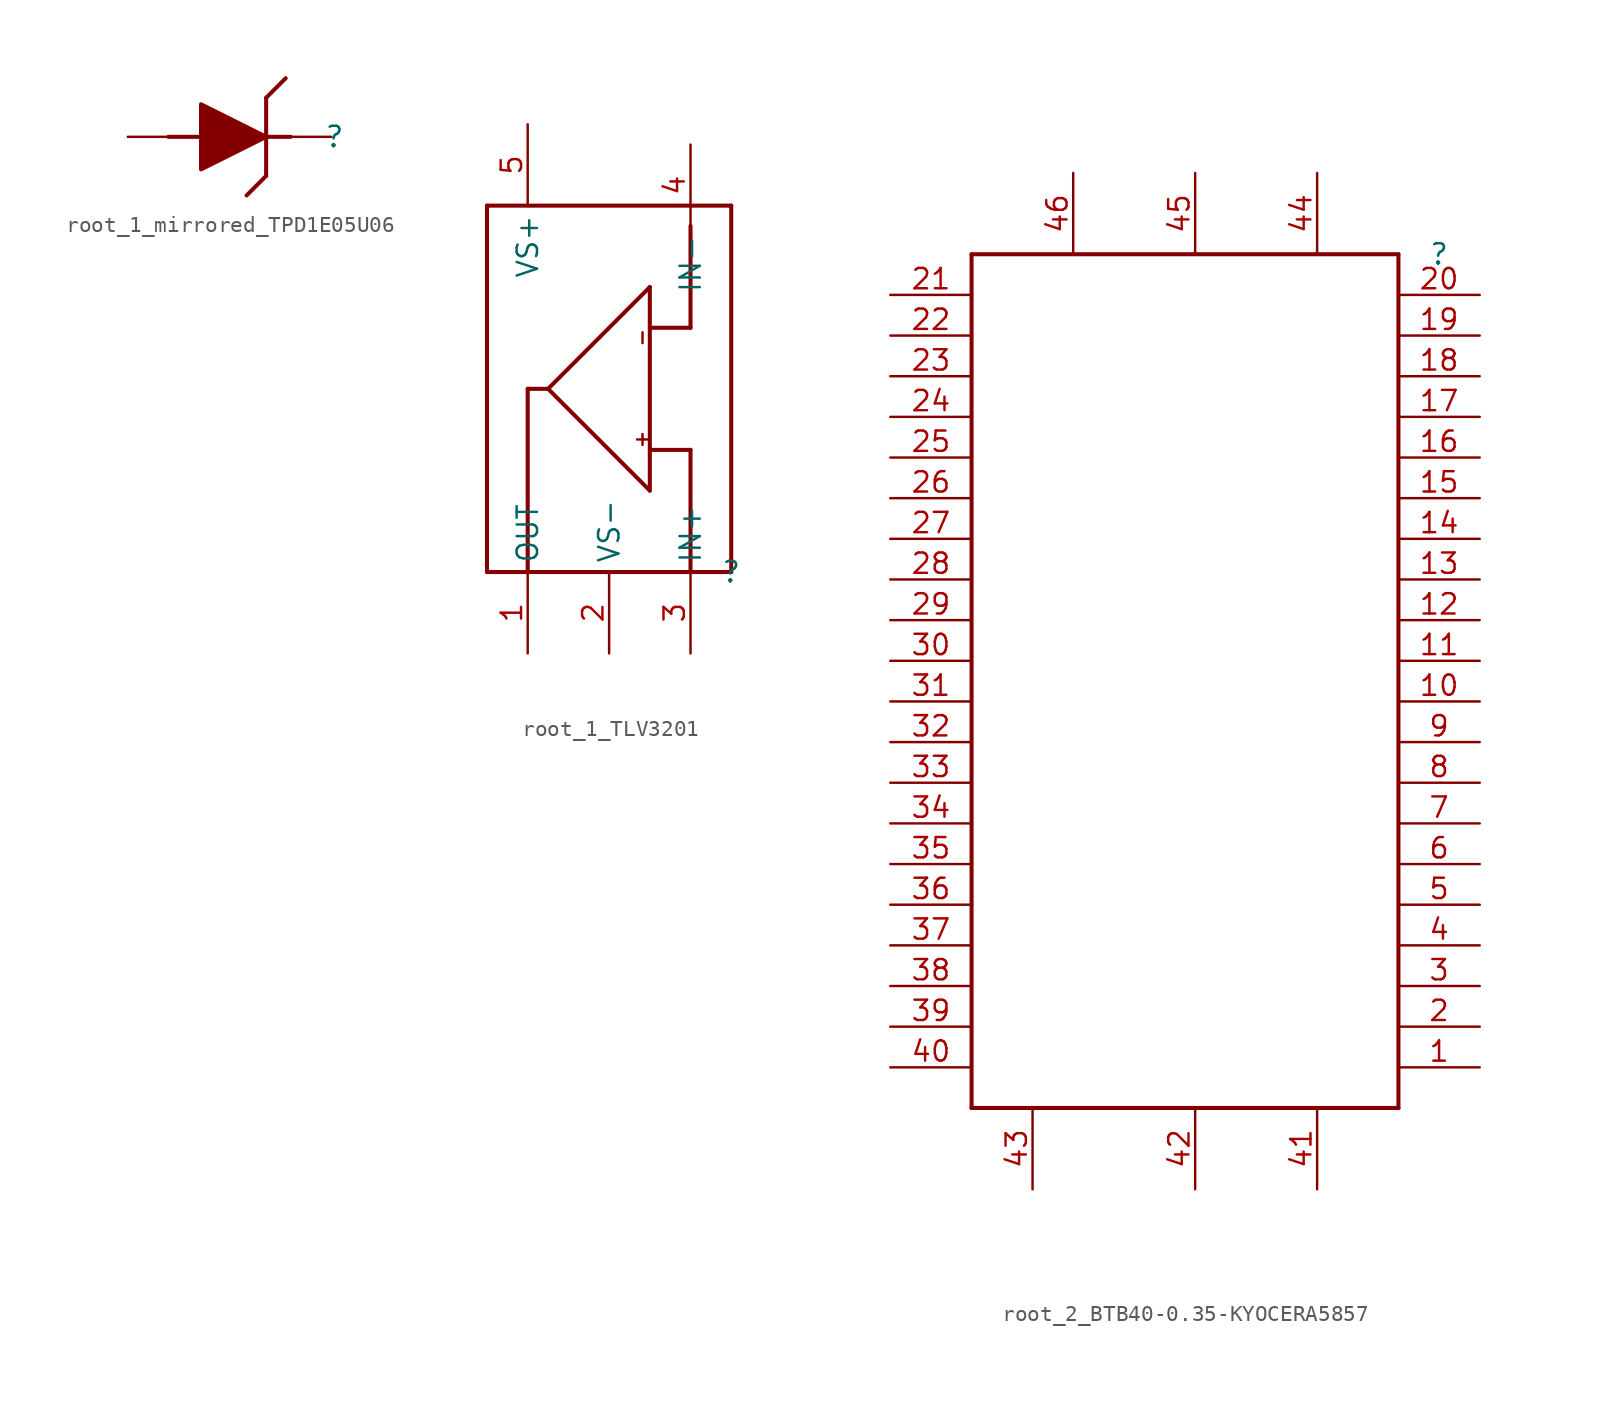
<source format=kicad_sym>
(kicad_symbol_lib
  (version 20220914)
  (generator kicad_symbol_editor)
  (symbol "root_1_mirrored_TPD1E05U06"
    (property "Reference" ""
      (at 0 0 0)
      (effects (font (size 1.27 1.27))))
    (property "Value" ""
      (at 0 0 0)
      (effects (font (size 1.27 1.27))))
    (symbol "root_1_mirrored_TPD1E05U06_1_0"
      (polyline (pts (xy -8.331 0) (xy -10.363 0)) (stroke (width 0.254) (type solid)) (fill (type none)))
      (polyline (pts (xy -4.267 -2.438) (xy -5.486 -3.658)) (stroke (width 0.254) (type solid)) (fill (type none)))
      (polyline (pts (xy -4.267 0) (xy -4.267 -2.438)) (stroke (width 0.254) (type solid)) (fill (type none)))
      (polyline (pts (xy -4.267 0) (xy -4.267 2.438)) (stroke (width 0.254) (type solid)) (fill (type none)))
      (polyline (pts (xy -4.267 2.438) (xy -3.048 3.658)) (stroke (width 0.254) (type solid)) (fill (type none)))
      (polyline (pts (xy -2.743 0) (xy -4.267 0)) (stroke (width 0.254) (type solid)) (fill (type none)))
      (polyline (pts (xy -8.331 -2.032) (xy -8.331 2.032) (xy -4.267 0) (xy -8.331 -2.032) (xy -8.331 -2.032)) (stroke (width 0.254) (type solid)) (fill (type outline)))
      (pin passive line (at -0.203 0 180) (length 2.54) (name "1" (effects (font (size 0 0)))) (number "1" (effects (font (size 0 0)))))
      (pin passive line (at -12.903 0 0) (length 2.54) (name "2" (effects (font (size 0 0)))) (number "2" (effects (font (size 0 0)))))))
  (symbol "root_1_TLV3201"
    (property "Reference" ""
      (at 0 0 0)
      (effects (font (size 1.27 1.27))))
    (property "Value" ""
      (at 0 0 0)
      (effects (font (size 1.27 1.27))))
    (symbol "root_1_TLV3201_1_0"
      (polyline (pts (xy -15.24 0) (xy -15.24 22.86)) (stroke (width 0.254) (type solid)) (fill (type none)))
      (polyline (pts (xy -15.24 22.86) (xy 0 22.86)) (stroke (width 0.254) (type solid)) (fill (type none)))
      (polyline (pts (xy -12.7 11.43) (xy -12.7 0)) (stroke (width 0.254) (type solid)) (fill (type none)))
      (polyline (pts (xy -11.43 11.43) (xy -12.7 11.43)) (stroke (width 0.254) (type solid)) (fill (type none)))
      (polyline (pts (xy -11.43 11.43) (xy -5.08 5.08)) (stroke (width 0.254) (type solid)) (fill (type none)))
      (polyline (pts (xy -5.08 5.08) (xy -5.08 17.78)) (stroke (width 0.254) (type solid)) (fill (type none)))
      (polyline (pts (xy -5.08 17.78) (xy -11.43 11.43)) (stroke (width 0.254) (type solid)) (fill (type none)))
      (polyline (pts (xy -2.54 0) (xy -2.54 7.62)) (stroke (width 0.254) (type solid)) (fill (type none)))
      (polyline (pts (xy -2.54 7.62) (xy -5.08 7.62)) (stroke (width 0.254) (type solid)) (fill (type none)))
      (polyline (pts (xy -2.54 15.24) (xy -5.08 15.24)) (stroke (width 0.254) (type solid)) (fill (type none)))
      (polyline (pts (xy -2.54 21.59) (xy -2.54 15.24)) (stroke (width 0.254) (type solid)) (fill (type none)))
      (polyline (pts (xy 0 0) (xy -15.24 0)) (stroke (width 0.254) (type solid)) (fill (type none)))
      (polyline (pts (xy 0 22.86) (xy 0 0)) (stroke (width 0.254) (type solid)) (fill (type none)))
      (text "+" (at -5.08 7.62 900) (effects (font (size 0.889 0.889)) (justify left bottom)))
      (text "-" (at -5.08 13.97 900) (effects (font (size 0.889 0.889)) (justify left bottom)))
      (pin passive line (at -12.7 -5.08 90) (length 5.08) (name "OUT" (effects (font (size 1.27 1.27)))) (number "1" (effects (font (size 1.27 1.27)))))
      (pin passive line (at -7.62 -5.08 90) (length 5.08) (name "VS-" (effects (font (size 1.27 1.27)))) (number "2" (effects (font (size 1.27 1.27)))))
      (pin passive line (at -2.54 -5.08 90) (length 5.08) (name "IN+" (effects (font (size 1.27 1.27)))) (number "3" (effects (font (size 1.27 1.27)))))
      (pin passive line (at -2.54 26.67 270) (length 5.08) (name "IN-" (effects (font (size 1.27 1.27)))) (number "4" (effects (font (size 1.27 1.27)))))
      (pin passive line (at -12.7 27.94 270) (length 5.08) (name "VS+" (effects (font (size 1.27 1.27)))) (number "5" (effects (font (size 1.27 1.27)))))))
  (symbol "root_2_BTB40-0.35-KYOCERA5857"
    (property "Reference" ""
      (at 0 0 0)
      (effects (font (size 1.27 1.27))))
    (property "Value" ""
      (at 0 0 0)
      (effects (font (size 1.27 1.27))))
    (symbol "root_2_BTB40-0.35-KYOCERA5857_1_0"
      (polyline (pts (xy -29.21 -53.34) (xy -2.54 -53.34)) (stroke (width 0.254) (type solid)) (fill (type none)))
      (polyline (pts (xy -29.21 0) (xy -29.21 -53.34)) (stroke (width 0.254) (type solid)) (fill (type none)))
      (polyline (pts (xy -2.54 -53.34) (xy -2.54 0)) (stroke (width 0.254) (type solid)) (fill (type none)))
      (polyline (pts (xy -2.54 0) (xy -29.21 0)) (stroke (width 0.254) (type solid)) (fill (type none)))
      (pin passive line (at 2.54 -50.8 180) (length 5.08) (name "1" (effects (font (size 0 0)))) (number "1" (effects (font (size 1.27 1.27)))))
      (pin passive line (at 2.54 -27.94 180) (length 5.08) (name "10" (effects (font (size 0 0)))) (number "10" (effects (font (size 1.27 1.27)))))
      (pin passive line (at 2.54 -25.4 180) (length 5.08) (name "11" (effects (font (size 0 0)))) (number "11" (effects (font (size 1.27 1.27)))))
      (pin passive line (at 2.54 -22.86 180) (length 5.08) (name "12" (effects (font (size 0 0)))) (number "12" (effects (font (size 1.27 1.27)))))
      (pin passive line (at 2.54 -20.32 180) (length 5.08) (name "13" (effects (font (size 0 0)))) (number "13" (effects (font (size 1.27 1.27)))))
      (pin passive line (at 2.54 -17.78 180) (length 5.08) (name "14" (effects (font (size 0 0)))) (number "14" (effects (font (size 1.27 1.27)))))
      (pin passive line (at 2.54 -15.24 180) (length 5.08) (name "15" (effects (font (size 0 0)))) (number "15" (effects (font (size 1.27 1.27)))))
      (pin passive line (at 2.54 -12.7 180) (length 5.08) (name "16" (effects (font (size 0 0)))) (number "16" (effects (font (size 1.27 1.27)))))
      (pin passive line (at 2.54 -10.16 180) (length 5.08) (name "17" (effects (font (size 0 0)))) (number "17" (effects (font (size 1.27 1.27)))))
      (pin passive line (at 2.54 -7.62 180) (length 5.08) (name "18" (effects (font (size 0 0)))) (number "18" (effects (font (size 1.27 1.27)))))
      (pin passive line (at 2.54 -5.08 180) (length 5.08) (name "19" (effects (font (size 0 0)))) (number "19" (effects (font (size 1.27 1.27)))))
      (pin passive line (at 2.54 -48.26 180) (length 5.08) (name "2" (effects (font (size 0 0)))) (number "2" (effects (font (size 1.27 1.27)))))
      (pin passive line (at 2.54 -2.54 180) (length 5.08) (name "20" (effects (font (size 0 0)))) (number "20" (effects (font (size 1.27 1.27)))))
      (pin passive line (at -34.29 -2.54 0) (length 5.08) (name "21" (effects (font (size 0 0)))) (number "21" (effects (font (size 1.27 1.27)))))
      (pin passive line (at -34.29 -5.08 0) (length 5.08) (name "22" (effects (font (size 0 0)))) (number "22" (effects (font (size 1.27 1.27)))))
      (pin passive line (at -34.29 -7.62 0) (length 5.08) (name "23" (effects (font (size 0 0)))) (number "23" (effects (font (size 1.27 1.27)))))
      (pin passive line (at -34.29 -10.16 0) (length 5.08) (name "24" (effects (font (size 0 0)))) (number "24" (effects (font (size 1.27 1.27)))))
      (pin passive line (at -34.29 -12.7 0) (length 5.08) (name "25" (effects (font (size 0 0)))) (number "25" (effects (font (size 1.27 1.27)))))
      (pin passive line (at -34.29 -15.24 0) (length 5.08) (name "26" (effects (font (size 0 0)))) (number "26" (effects (font (size 1.27 1.27)))))
      (pin passive line (at -34.29 -17.78 0) (length 5.08) (name "27" (effects (font (size 0 0)))) (number "27" (effects (font (size 1.27 1.27)))))
      (pin passive line (at -34.29 -20.32 0) (length 5.08) (name "28" (effects (font (size 0 0)))) (number "28" (effects (font (size 1.27 1.27)))))
      (pin passive line (at -34.29 -22.86 0) (length 5.08) (name "29" (effects (font (size 0 0)))) (number "29" (effects (font (size 1.27 1.27)))))
      (pin passive line (at 2.54 -45.72 180) (length 5.08) (name "3" (effects (font (size 0 0)))) (number "3" (effects (font (size 1.27 1.27)))))
      (pin passive line (at -34.29 -25.4 0) (length 5.08) (name "30" (effects (font (size 0 0)))) (number "30" (effects (font (size 1.27 1.27)))))
      (pin passive line (at -34.29 -27.94 0) (length 5.08) (name "31" (effects (font (size 0 0)))) (number "31" (effects (font (size 1.27 1.27)))))
      (pin passive line (at -34.29 -30.48 0) (length 5.08) (name "32" (effects (font (size 0 0)))) (number "32" (effects (font (size 1.27 1.27)))))
      (pin passive line (at -34.29 -33.02 0) (length 5.08) (name "33" (effects (font (size 0 0)))) (number "33" (effects (font (size 1.27 1.27)))))
      (pin passive line (at -34.29 -35.56 0) (length 5.08) (name "34" (effects (font (size 0 0)))) (number "34" (effects (font (size 1.27 1.27)))))
      (pin passive line (at -34.29 -38.1 0) (length 5.08) (name "35" (effects (font (size 0 0)))) (number "35" (effects (font (size 1.27 1.27)))))
      (pin passive line (at -34.29 -40.64 0) (length 5.08) (name "36" (effects (font (size 0 0)))) (number "36" (effects (font (size 1.27 1.27)))))
      (pin passive line (at -34.29 -43.18 0) (length 5.08) (name "37" (effects (font (size 0 0)))) (number "37" (effects (font (size 1.27 1.27)))))
      (pin passive line (at -34.29 -45.72 0) (length 5.08) (name "38" (effects (font (size 0 0)))) (number "38" (effects (font (size 1.27 1.27)))))
      (pin passive line (at -34.29 -48.26 0) (length 5.08) (name "39" (effects (font (size 0 0)))) (number "39" (effects (font (size 1.27 1.27)))))
      (pin passive line (at 2.54 -43.18 180) (length 5.08) (name "4" (effects (font (size 0 0)))) (number "4" (effects (font (size 1.27 1.27)))))
      (pin passive line (at -34.29 -50.8 0) (length 5.08) (name "40" (effects (font (size 0 0)))) (number "40" (effects (font (size 1.27 1.27)))))
      (pin passive line (at -7.62 -58.42 90) (length 5.08) (name "41" (effects (font (size 0 0)))) (number "41" (effects (font (size 1.27 1.27)))))
      (pin passive line (at -15.24 -58.42 90) (length 5.08) (name "42" (effects (font (size 0 0)))) (number "42" (effects (font (size 1.27 1.27)))))
      (pin passive line (at -25.4 -58.42 90) (length 5.08) (name "43" (effects (font (size 0 0)))) (number "43" (effects (font (size 1.27 1.27)))))
      (pin passive line (at -7.62 5.08 270) (length 5.08) (name "44" (effects (font (size 0 0)))) (number "44" (effects (font (size 1.27 1.27)))))
      (pin passive line (at -15.24 5.08 270) (length 5.08) (name "45" (effects (font (size 0 0)))) (number "45" (effects (font (size 1.27 1.27)))))
      (pin passive line (at -22.86 5.08 270) (length 5.08) (name "46" (effects (font (size 0 0)))) (number "46" (effects (font (size 1.27 1.27)))))
      (pin passive line (at 2.54 -40.64 180) (length 5.08) (name "5" (effects (font (size 0 0)))) (number "5" (effects (font (size 1.27 1.27)))))
      (pin passive line (at 2.54 -38.1 180) (length 5.08) (name "6" (effects (font (size 0 0)))) (number "6" (effects (font (size 1.27 1.27)))))
      (pin passive line (at 2.54 -35.56 180) (length 5.08) (name "7" (effects (font (size 0 0)))) (number "7" (effects (font (size 1.27 1.27)))))
      (pin passive line (at 2.54 -33.02 180) (length 5.08) (name "8" (effects (font (size 0 0)))) (number "8" (effects (font (size 1.27 1.27)))))
      (pin passive line (at 2.54 -30.48 180) (length 5.08) (name "9" (effects (font (size 0 0)))) (number "9" (effects (font (size 1.27 1.27))))))))
</source>
